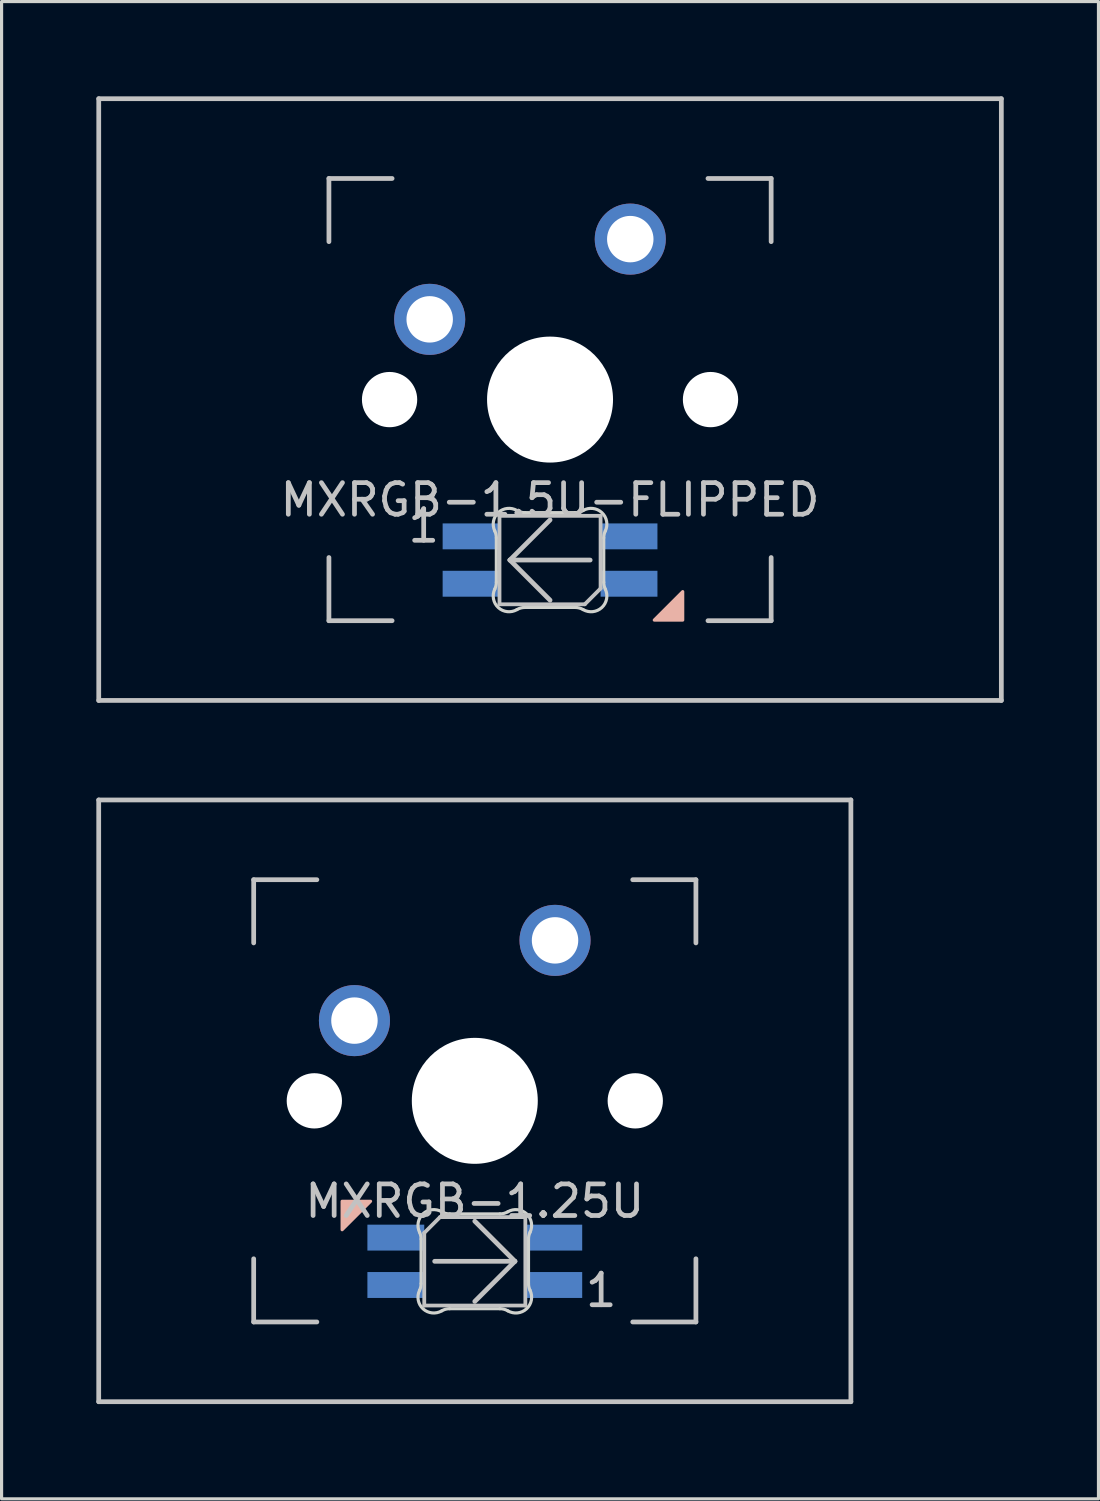
<source format=kicad_pcb>
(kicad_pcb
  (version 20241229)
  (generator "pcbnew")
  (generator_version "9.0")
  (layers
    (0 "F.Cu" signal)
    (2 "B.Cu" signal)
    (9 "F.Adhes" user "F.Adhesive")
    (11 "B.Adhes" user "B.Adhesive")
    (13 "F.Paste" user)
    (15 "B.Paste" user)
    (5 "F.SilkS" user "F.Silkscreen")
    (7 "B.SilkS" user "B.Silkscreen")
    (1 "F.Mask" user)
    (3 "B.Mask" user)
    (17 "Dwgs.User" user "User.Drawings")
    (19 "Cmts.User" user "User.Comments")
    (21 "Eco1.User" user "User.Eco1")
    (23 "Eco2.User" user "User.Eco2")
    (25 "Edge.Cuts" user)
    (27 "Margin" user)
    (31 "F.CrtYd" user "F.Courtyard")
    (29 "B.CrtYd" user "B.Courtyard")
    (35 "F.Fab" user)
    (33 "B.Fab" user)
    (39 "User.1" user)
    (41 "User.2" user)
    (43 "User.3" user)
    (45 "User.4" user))
  (footprint "MXRGB-1.5U-FLIPPED"
    (layer "F.Cu")
    (at 14.363 9.6)
    (property "Reference" "MXRGB-1.5U-FLIPPED" (at 0 3.175 0) (layer "Dwgs.User") (effects (font (size 1 1) (thickness 0.15))))
    (attr through_hole)
    (fp_poly (pts (xy 4.2 6.08) (xy 3.3 6.98) (xy 4.2 6.98)) (stroke (width 0.1) (type solid)) (fill yes) (layer "B.SilkS"))
    (fp_line (start -14.287 -9.525) (end 14.287 -9.525) (stroke (width 0.15) (type solid)) (layer "Dwgs.User"))
    (fp_line (start -14.287 9.525) (end -14.287 -9.525) (stroke (width 0.15) (type solid)) (layer "Dwgs.User"))
    (fp_line (start -14.287 9.525) (end 14.287 9.525) (stroke (width 0.15) (type solid)) (layer "Dwgs.User"))
    (fp_line (start -7 -7) (end -7 -5) (stroke (width 0.15) (type solid)) (layer "Dwgs.User"))
    (fp_line (start -7 5) (end -7 7) (stroke (width 0.15) (type solid)) (layer "Dwgs.User"))
    (fp_line (start -7 7) (end -5 7) (stroke (width 0.15) (type solid)) (layer "Dwgs.User"))
    (fp_line (start -5 -7) (end -7 -7) (stroke (width 0.15) (type solid)) (layer "Dwgs.User"))
    (fp_line (start -1.6 3.68) (end -1.6 6.48) (stroke (width 0.12) (type solid)) (layer "Dwgs.User"))
    (fp_line (start -1.6 6.48) (end 1.1 6.48) (stroke (width 0.12) (type solid)) (layer "Dwgs.User"))
    (fp_line (start -1.27 5.08) (end 0 3.81) (stroke (width 0.15) (type solid)) (layer "Dwgs.User"))
    (fp_line (start -1.27 5.08) (end 0 6.35) (stroke (width 0.15) (type solid)) (layer "Dwgs.User"))
    (fp_line (start -1.27 5.08) (end 1.27 5.08) (stroke (width 0.15) (type solid)) (layer "Dwgs.User"))
    (fp_line (start 1.6 3.68) (end -1.6 3.68) (stroke (width 0.12) (type solid)) (layer "Dwgs.User"))
    (fp_line (start 1.6 5.98) (end 1.1 6.48) (stroke (width 0.12) (type solid)) (layer "Dwgs.User"))
    (fp_line (start 1.6 5.98) (end 1.6 3.68) (stroke (width 0.12) (type solid)) (layer "Dwgs.User"))
    (fp_line (start 5 -7) (end 7 -7) (stroke (width 0.15) (type solid)) (layer "Dwgs.User"))
    (fp_line (start 5 7) (end 7 7) (stroke (width 0.15) (type solid)) (layer "Dwgs.User"))
    (fp_line (start 7 -7) (end 7 -5) (stroke (width 0.15) (type solid)) (layer "Dwgs.User"))
    (fp_line (start 7 7) (end 7 5) (stroke (width 0.15) (type solid)) (layer "Dwgs.User"))
    (fp_line (start 14.287 -9.525) (end 14.287 9.525) (stroke (width 0.15) (type solid)) (layer "Dwgs.User"))
    (fp_line (start -1.7 5.783) (end -1.7 4.377) (stroke (width 0.1) (type solid)) (layer "Edge.Cuts"))
    (fp_line (start -0.794 3.58) (end 0.794 3.58) (stroke (width 0.1) (type solid)) (layer "Edge.Cuts"))
    (fp_line (start 0.794 6.58) (end -0.794 6.58) (stroke (width 0.1) (type solid)) (layer "Edge.Cuts"))
    (fp_line (start 1.7 4.377) (end 1.7 5.783) (stroke (width 0.1) (type solid)) (layer "Edge.Cuts"))
    (fp_arc (start -1.749484 4.160279) (mid -1.712527 4.265931) (end -1.699999 4.377157) (stroke (width 0.1) (type solid)) (layer "Edge.Cuts"))
    (fp_arc (start -1.749484 4.160279) (mid -1.638071 3.575964) (end -1.046711 3.5117) (stroke (width 0.1) (type solid)) (layer "Edge.Cuts"))
    (fp_arc (start -1.699999 5.782842) (mid -1.712527 5.894067) (end -1.749484 5.999719) (stroke (width 0.1) (type solid)) (layer "Edge.Cuts"))
    (fp_arc (start -1.046711 6.648296) (mid -1.63807 6.584033) (end -1.749484 5.999719) (stroke (width 0.1) (type solid)) (layer "Edge.Cuts"))
    (fp_arc (start -1.04671 6.648298) (mid -0.925122 6.597376) (end -0.794452 6.579999) (stroke (width 0.1) (type solid)) (layer "Edge.Cuts"))
    (fp_arc (start -0.794453 3.579999) (mid -0.925123 3.562622) (end -1.046711 3.5117) (stroke (width 0.1) (type solid)) (layer "Edge.Cuts"))
    (fp_arc (start 0.794452 6.579999) (mid 0.925123 6.597376) (end 1.046711 6.648298) (stroke (width 0.1) (type solid)) (layer "Edge.Cuts"))
    (fp_arc (start 1.046711 3.511701) (mid 0.925123 3.562623) (end 0.794453 3.58) (stroke (width 0.1) (type solid)) (layer "Edge.Cuts"))
    (fp_arc (start 1.046711 3.511701) (mid 1.638071 3.575965) (end 1.749484 4.160279) (stroke (width 0.1) (type solid)) (layer "Edge.Cuts"))
    (fp_arc (start 1.699999 4.377156) (mid 1.712527 4.265931) (end 1.749484 4.160279) (stroke (width 0.1) (type solid)) (layer "Edge.Cuts"))
    (fp_arc (start 1.749484 5.999718) (mid 1.638072 6.584034) (end 1.046711 6.648298) (stroke (width 0.1) (type solid)) (layer "Edge.Cuts"))
    (fp_arc (start 1.749484 5.999719) (mid 1.712527 5.894067) (end 1.699999 5.782841) (stroke (width 0.1) (type solid)) (layer "Edge.Cuts"))
    (fp_text user "1" (at -4 4 0) (layer "Dwgs.User") (effects (font (size 1 1) (thickness 0.15))))
    (pad "" np_thru_hole circle (at -5.08 0 48.1) (size 1.75 1.75) (drill 1.75) (layers "*.Cu" "*.Mask"))
    (pad "" np_thru_hole circle (at 0 0) (size 3.988 3.988) (drill 3.988) (layers "*.Cu" "*.Mask"))
    (pad "" np_thru_hole circle (at 5.08 0 48.1) (size 1.75 1.75) (drill 1.75) (layers "*.Cu" "*.Mask"))
    (pad "1" thru_hole circle (at -3.81 -2.54) (size 2.25 2.25) (drill 1.47) (layers "*.Cu" "B.Mask"))
    (pad "2" thru_hole circle (at 2.54 -5.08) (size 2.25 2.25) (drill 1.47) (layers "*.Cu" "B.Mask"))
    (pad "3" smd rect (at -2.5 4.33) (size 1.8 0.82) (layers "B.Cu" "B.Mask" "B.Paste"))
    (pad "4" smd rect (at -2.5 5.83) (size 1.8 0.82) (layers "B.Cu" "B.Mask" "B.Paste"))
    (pad "5" smd rect (at 2.5 5.83) (size 1.8 0.82) (layers "B.Cu" "B.Mask" "B.Paste"))
    (pad "6" smd rect (at 2.5 4.33) (size 1.8 0.82) (layers "B.Cu" "B.Mask" "B.Paste")))
  (footprint "MXRGB-1.25U"
    (layer "F.Cu")
    (at 11.981 31.8)
    (property "Reference" "MXRGB-1.25U" (at 0 3.175 0) (layer "Dwgs.User") (effects (font (size 1 1) (thickness 0.15))))
    (attr through_hole)
    (fp_poly (pts (xy -4.2 4.08) (xy -3.3 3.18) (xy -4.2 3.18)) (stroke (width 0.1) (type solid)) (fill yes) (layer "B.SilkS"))
    (fp_line (start -11.906 -9.525) (end 11.906 -9.525) (stroke (width 0.15) (type solid)) (layer "Dwgs.User"))
    (fp_line (start -11.906 9.525) (end -11.906 -9.525) (stroke (width 0.15) (type solid)) (layer "Dwgs.User"))
    (fp_line (start -11.906 9.525) (end 11.906 9.525) (stroke (width 0.15) (type solid)) (layer "Dwgs.User"))
    (fp_line (start -7 -7) (end -7 -5) (stroke (width 0.15) (type solid)) (layer "Dwgs.User"))
    (fp_line (start -7 5) (end -7 7) (stroke (width 0.15) (type solid)) (layer "Dwgs.User"))
    (fp_line (start -7 7) (end -5 7) (stroke (width 0.15) (type solid)) (layer "Dwgs.User"))
    (fp_line (start -5 -7) (end -7 -7) (stroke (width 0.15) (type solid)) (layer "Dwgs.User"))
    (fp_line (start -1.6 4.18) (end -1.6 6.48) (stroke (width 0.12) (type solid)) (layer "Dwgs.User"))
    (fp_line (start -1.6 4.18) (end -1.1 3.68) (stroke (width 0.12) (type solid)) (layer "Dwgs.User"))
    (fp_line (start -1.6 6.48) (end 1.6 6.48) (stroke (width 0.12) (type solid)) (layer "Dwgs.User"))
    (fp_line (start -1.27 5.08) (end 1.27 5.08) (stroke (width 0.15) (type solid)) (layer "Dwgs.User"))
    (fp_line (start 1.27 5.08) (end 0 3.81) (stroke (width 0.15) (type solid)) (layer "Dwgs.User"))
    (fp_line (start 1.27 5.08) (end 0 6.35) (stroke (width 0.15) (type solid)) (layer "Dwgs.User"))
    (fp_line (start 1.6 3.68) (end -1.1 3.68) (stroke (width 0.12) (type solid)) (layer "Dwgs.User"))
    (fp_line (start 1.6 6.48) (end 1.6 3.68) (stroke (width 0.12) (type solid)) (layer "Dwgs.User"))
    (fp_line (start 5 -7) (end 7 -7) (stroke (width 0.15) (type solid)) (layer "Dwgs.User"))
    (fp_line (start 5 7) (end 7 7) (stroke (width 0.15) (type solid)) (layer "Dwgs.User"))
    (fp_line (start 7 -7) (end 7 -5) (stroke (width 0.15) (type solid)) (layer "Dwgs.User"))
    (fp_line (start 7 7) (end 7 5) (stroke (width 0.15) (type solid)) (layer "Dwgs.User"))
    (fp_line (start 11.906 -9.525) (end 11.906 9.525) (stroke (width 0.15) (type solid)) (layer "Dwgs.User"))
    (fp_line (start -1.7 5.783) (end -1.7 4.377) (stroke (width 0.1) (type solid)) (layer "Edge.Cuts"))
    (fp_line (start -0.794 3.58) (end 0.794 3.58) (stroke (width 0.1) (type solid)) (layer "Edge.Cuts"))
    (fp_line (start 0.794 6.58) (end -0.794 6.58) (stroke (width 0.1) (type solid)) (layer "Edge.Cuts"))
    (fp_line (start 1.7 4.377) (end 1.7 5.783) (stroke (width 0.1) (type solid)) (layer "Edge.Cuts"))
    (fp_arc (start -1.749484 4.160281) (mid -1.712527 4.265933) (end -1.699999 4.377159) (stroke (width 0.1) (type solid)) (layer "Edge.Cuts"))
    (fp_arc (start -1.749484 4.160282) (mid -1.638072 3.575966) (end -1.046711 3.511702) (stroke (width 0.1) (type solid)) (layer "Edge.Cuts"))
    (fp_arc (start -1.699999 5.782844) (mid -1.712527 5.894069) (end -1.749484 5.999721) (stroke (width 0.1) (type solid)) (layer "Edge.Cuts"))
    (fp_arc (start -1.046711 6.648299) (mid -1.638071 6.584035) (end -1.749484 5.999721) (stroke (width 0.1) (type solid)) (layer "Edge.Cuts"))
    (fp_arc (start -1.046711 6.648299) (mid -0.925123 6.597377) (end -0.794453 6.58) (stroke (width 0.1) (type solid)) (layer "Edge.Cuts"))
    (fp_arc (start -0.794452 3.580001) (mid -0.925123 3.562624) (end -1.046711 3.511702) (stroke (width 0.1) (type solid)) (layer "Edge.Cuts"))
    (fp_arc (start 0.794453 6.580001) (mid 0.925123 6.597378) (end 1.046711 6.6483) (stroke (width 0.1) (type solid)) (layer "Edge.Cuts"))
    (fp_arc (start 1.04671 3.511702) (mid 0.925122 3.562624) (end 0.794452 3.580001) (stroke (width 0.1) (type solid)) (layer "Edge.Cuts"))
    (fp_arc (start 1.046711 3.511704) (mid 1.63807 3.575967) (end 1.749484 4.160281) (stroke (width 0.1) (type solid)) (layer "Edge.Cuts"))
    (fp_arc (start 1.699999 4.377158) (mid 1.712527 4.265933) (end 1.749484 4.160281) (stroke (width 0.1) (type solid)) (layer "Edge.Cuts"))
    (fp_arc (start 1.749484 5.999721) (mid 1.638071 6.584036) (end 1.046711 6.6483) (stroke (width 0.1) (type solid)) (layer "Edge.Cuts"))
    (fp_arc (start 1.749484 5.999721) (mid 1.712527 5.894069) (end 1.699999 5.782843) (stroke (width 0.1) (type solid)) (layer "Edge.Cuts"))
    (fp_text user "1" (at 4 6 0) (layer "Dwgs.User") (effects (font (size 1 1) (thickness 0.15))))
    (pad "" np_thru_hole circle (at -5.08 0 48.1) (size 1.75 1.75) (drill 1.75) (layers "*.Cu" "*.Mask"))
    (pad "" np_thru_hole circle (at 0 0) (size 3.988 3.988) (drill 3.988) (layers "*.Cu" "*.Mask"))
    (pad "" np_thru_hole circle (at 5.08 0 48.1) (size 1.75 1.75) (drill 1.75) (layers "*.Cu" "*.Mask"))
    (pad "1" thru_hole circle (at -3.81 -2.54) (size 2.25 2.25) (drill 1.47) (layers "*.Cu" "B.Mask"))
    (pad "2" thru_hole circle (at 2.54 -5.08) (size 2.25 2.25) (drill 1.47) (layers "*.Cu" "B.Mask"))
    (pad "3" smd rect (at 2.5 5.83) (size 1.8 0.82) (layers "B.Cu" "B.Mask" "B.Paste"))
    (pad "4" smd rect (at 2.5 4.33) (size 1.8 0.82) (layers "B.Cu" "B.Mask" "B.Paste"))
    (pad "5" smd rect (at -2.5 4.33) (size 1.8 0.82) (layers "B.Cu" "B.Mask" "B.Paste"))
    (pad "6" smd rect (at -2.5 5.83) (size 1.8 0.82) (layers "B.Cu" "B.Mask" "B.Paste")))
  (gr_rect
    (start -3 -3)
    (end 31.725 44.4)
    (stroke (width 0.1) (type default))
    (fill no)
    (layer "Edge.Cuts")))
</source>
